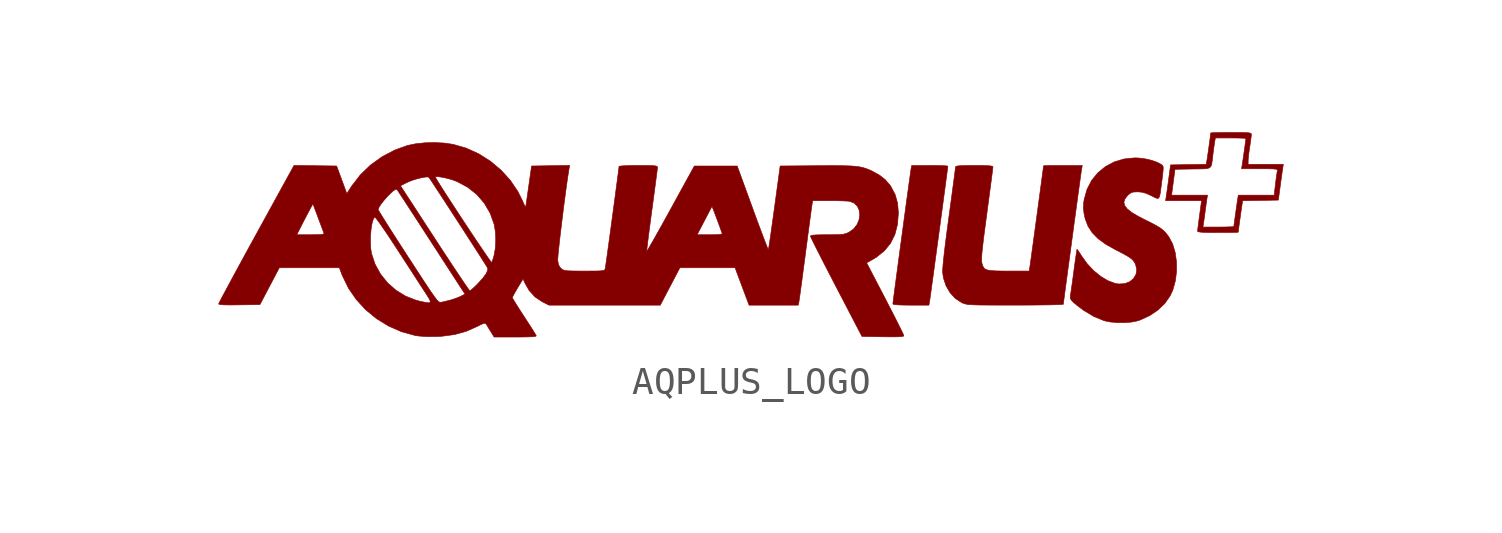
<source format=kicad_sym>
(kicad_symbol_lib
  (version 20220914)
  (generator kicad_symbol_editor)
  (symbol "AQPLUS_LOGO"
    (pin_names
      (offset 1.016))
    (property "Reference" "#G"
      (at 0 3.016 0)
      (effects (font (size 1.27 1.27)) hide))
    (symbol "AQPLUS_LOGO_0_0"
      (polyline (pts (xy 6.413 -2.385) (xy 6.42 -2.34) (xy 6.437 -2.223) (xy 6.462 -2.045) (xy 6.493 -1.814) (xy 6.531 -1.538) (xy 6.574 -1.226) (xy 6.62 -0.885) (xy 6.669 -0.524) (xy 6.72 -0.151) (xy 6.771 0.226) (xy 6.821 0.599) (xy 6.87 0.959) (xy 6.915 1.299) (xy 6.957 1.61) (xy 6.993 1.884) (xy 7.024 2.113) (xy 7.047 2.289) (xy 7.061 2.403) (xy 7.066 2.447) (xy 7.048 2.454) (xy 6.963 2.462) (xy 6.821 2.468) (xy 6.637 2.472) (xy 6.422 2.473) (xy 5.777 2.473) (xy 5.755 2.365) (xy 5.749 2.326) (xy 5.733 2.213) (xy 5.708 2.039) (xy 5.676 1.811) (xy 5.639 1.537) (xy 5.596 1.226) (xy 5.55 0.886) (xy 5.501 0.526) (xy 5.451 0.152) (xy 5.4 -0.226) (xy 5.349 -0.6) (xy 5.301 -0.962) (xy 5.255 -1.304) (xy 5.213 -1.617) (xy 5.177 -1.893) (xy 5.146 -2.125) (xy 5.123 -2.304) (xy 5.109 -2.421) (xy 5.104 -2.469) (xy 5.108 -2.476) (xy 5.164 -2.493) (xy 5.287 -2.504) (xy 5.48 -2.51) (xy 5.747 -2.513) (xy 6.39 -2.513) (xy 6.413 -2.385)) (stroke (width 0.01) (type default)) (fill (type outline)))
      (polyline (pts (xy 13.616 -3.118) (xy 13.822 -3.078) (xy 13.938 -3.04) (xy 14.27 -2.887) (xy 14.568 -2.685) (xy 14.818 -2.444) (xy 15.005 -2.174) (xy 15.1 -1.962) (xy 15.188 -1.643) (xy 15.23 -1.303) (xy 15.227 -0.959) (xy 15.18 -0.628) (xy 15.089 -0.327) (xy 14.954 -0.075) (xy 14.938 -0.053) (xy 14.854 0.056) (xy 14.767 0.148) (xy 14.662 0.231) (xy 14.527 0.316) (xy 14.348 0.412) (xy 14.11 0.53) (xy 13.858 0.659) (xy 13.628 0.797) (xy 13.468 0.925) (xy 13.376 1.044) (xy 13.35 1.161) (xy 13.386 1.277) (xy 13.481 1.398) (xy 13.531 1.446) (xy 13.61 1.502) (xy 13.701 1.526) (xy 13.835 1.531) (xy 13.869 1.531) (xy 14.012 1.516) (xy 14.154 1.474) (xy 14.328 1.394) (xy 14.418 1.348) (xy 14.5 1.308) (xy 14.558 1.295) (xy 14.598 1.316) (xy 14.627 1.381) (xy 14.65 1.497) (xy 14.674 1.674) (xy 14.705 1.92) (xy 14.71 1.953) (xy 14.735 2.155) (xy 14.749 2.295) (xy 14.754 2.386) (xy 14.747 2.441) (xy 14.729 2.474) (xy 14.701 2.499) (xy 14.549 2.582) (xy 14.345 2.655) (xy 14.114 2.709) (xy 13.883 2.739) (xy 13.728 2.743) (xy 13.352 2.705) (xy 13.004 2.599) (xy 12.691 2.433) (xy 12.42 2.211) (xy 12.199 1.939) (xy 12.034 1.621) (xy 11.933 1.264) (xy 11.913 1.133) (xy 11.905 0.942) (xy 11.929 0.744) (xy 11.967 0.573) (xy 12.068 0.308) (xy 12.22 0.073) (xy 12.43 -0.141) (xy 12.705 -0.341) (xy 13.051 -0.535) (xy 13.101 -0.56) (xy 13.316 -0.671) (xy 13.473 -0.759) (xy 13.585 -0.832) (xy 13.662 -0.898) (xy 13.717 -0.967) (xy 13.759 -1.045) (xy 13.769 -1.067) (xy 13.809 -1.247) (xy 13.781 -1.417) (xy 13.694 -1.563) (xy 13.557 -1.677) (xy 13.379 -1.745) (xy 13.169 -1.758) (xy 13.027 -1.734) (xy 12.776 -1.639) (xy 12.519 -1.484) (xy 12.269 -1.28) (xy 12.038 -1.033) (xy 11.839 -0.755) (xy 11.826 -0.735) (xy 11.754 -0.622) (xy 11.7 -0.545) (xy 11.677 -0.52) (xy 11.676 -0.521) (xy 11.666 -0.572) (xy 11.649 -0.686) (xy 11.624 -0.853) (xy 11.595 -1.06) (xy 11.563 -1.296) (xy 11.562 -1.311) (xy 11.529 -1.555) (xy 11.498 -1.778) (xy 11.471 -1.967) (xy 11.451 -2.107) (xy 11.439 -2.183) (xy 11.434 -2.226) (xy 11.441 -2.282) (xy 11.478 -2.34) (xy 11.554 -2.416) (xy 11.681 -2.524) (xy 11.914 -2.7) (xy 12.276 -2.916) (xy 12.64 -3.067) (xy 12.647 -3.069) (xy 12.851 -3.112) (xy 13.101 -3.135) (xy 13.366 -3.137) (xy 13.616 -3.118)) (stroke (width 0.01) (type default)) (fill (type outline)))
      (polyline (pts (xy 9.719 -2.512) (xy 10.061 -2.51) (xy 10.373 -2.507) (xy 10.645 -2.504) (xy 10.871 -2.499) (xy 11.042 -2.493) (xy 11.151 -2.487) (xy 11.188 -2.481) (xy 11.192 -2.45) (xy 11.205 -2.348) (xy 11.226 -2.184) (xy 11.255 -1.964) (xy 11.291 -1.698) (xy 11.332 -1.393) (xy 11.377 -1.058) (xy 11.425 -0.701) (xy 11.475 -0.33) (xy 11.526 0.047) (xy 11.576 0.421) (xy 11.626 0.785) (xy 11.673 1.13) (xy 11.716 1.448) (xy 11.755 1.731) (xy 11.788 1.97) (xy 11.814 2.158) (xy 11.833 2.286) (xy 11.842 2.346) (xy 11.865 2.473) (xy 11.173 2.473) (xy 10.976 2.473) (xy 10.779 2.471) (xy 10.622 2.469) (xy 10.519 2.465) (xy 10.482 2.462) (xy 10.481 2.456) (xy 10.473 2.389) (xy 10.456 2.257) (xy 10.431 2.07) (xy 10.4 1.836) (xy 10.363 1.564) (xy 10.323 1.266) (xy 10.28 0.949) (xy 10.236 0.623) (xy 10.192 0.298) (xy 10.149 -0.017) (xy 10.109 -0.313) (xy 10.072 -0.579) (xy 10.041 -0.807) (xy 10.016 -0.988) (xy 9.999 -1.111) (xy 9.99 -1.168) (xy 9.968 -1.296) (xy 9.233 -1.296) (xy 9.011 -1.295) (xy 8.779 -1.291) (xy 8.606 -1.28) (xy 8.484 -1.259) (xy 8.401 -1.226) (xy 8.347 -1.177) (xy 8.311 -1.108) (xy 8.283 -1.018) (xy 8.283 -1.017) (xy 8.274 -0.966) (xy 8.27 -0.896) (xy 8.273 -0.798) (xy 8.282 -0.667) (xy 8.299 -0.494) (xy 8.325 -0.272) (xy 8.359 0.005) (xy 8.404 0.346) (xy 8.459 0.757) (xy 8.481 0.923) (xy 8.526 1.261) (xy 8.567 1.573) (xy 8.604 1.848) (xy 8.634 2.079) (xy 8.657 2.258) (xy 8.671 2.376) (xy 8.676 2.424) (xy 8.676 2.428) (xy 8.65 2.446) (xy 8.578 2.459) (xy 8.453 2.467) (xy 8.266 2.472) (xy 8.009 2.473) (xy 7.765 2.472) (xy 7.569 2.467) (xy 7.438 2.458) (xy 7.364 2.445) (xy 7.341 2.426) (xy 7.338 2.396) (xy 7.325 2.295) (xy 7.304 2.129) (xy 7.275 1.908) (xy 7.239 1.64) (xy 7.198 1.332) (xy 7.152 0.993) (xy 7.103 0.63) (xy 7.063 0.338) (xy 7.002 -0.125) (xy 6.954 -0.514) (xy 6.918 -0.831) (xy 6.894 -1.076) (xy 6.882 -1.252) (xy 6.882 -1.36) (xy 6.909 -1.545) (xy 7.002 -1.823) (xy 7.147 -2.072) (xy 7.335 -2.276) (xy 7.557 -2.42) (xy 7.579 -2.43) (xy 7.626 -2.451) (xy 7.675 -2.467) (xy 7.733 -2.48) (xy 7.809 -2.491) (xy 7.911 -2.498) (xy 8.044 -2.504) (xy 8.219 -2.508) (xy 8.441 -2.51) (xy 8.718 -2.511) (xy 9.059 -2.512) (xy 9.471 -2.512) (xy 9.719 -2.512)) (stroke (width 0.01) (type default)) (fill (type outline)))
      (polyline (pts (xy 16.933 0.079) (xy 17.132 0.081) (xy 17.29 0.084) (xy 17.393 0.087) (xy 17.431 0.091) (xy 17.435 0.135) (xy 17.449 0.239) (xy 17.469 0.385) (xy 17.492 0.554) (xy 17.516 0.727) (xy 17.539 0.886) (xy 17.557 1.013) (xy 17.569 1.089) (xy 17.591 1.215) (xy 18.227 1.226) (xy 18.863 1.237) (xy 18.929 1.727) (xy 18.956 1.927) (xy 18.983 2.116) (xy 19.004 2.269) (xy 19.018 2.365) (xy 19.041 2.513) (xy 17.784 2.513) (xy 17.785 2.64) (xy 17.786 2.676) (xy 17.797 2.799) (xy 17.817 2.962) (xy 17.843 3.141) (xy 17.857 3.232) (xy 17.879 3.391) (xy 17.895 3.515) (xy 17.901 3.582) (xy 17.898 3.602) (xy 17.878 3.621) (xy 17.833 3.635) (xy 17.75 3.643) (xy 17.619 3.648) (xy 17.431 3.651) (xy 17.175 3.651) (xy 16.947 3.65) (xy 16.747 3.647) (xy 16.59 3.644) (xy 16.486 3.639) (xy 16.449 3.633) (xy 16.444 3.581) (xy 16.43 3.471) (xy 16.41 3.32) (xy 16.386 3.148) (xy 16.361 2.973) (xy 16.338 2.815) (xy 16.32 2.691) (xy 16.308 2.622) (xy 16.286 2.514) (xy 15.651 2.504) (xy 15.016 2.493) (xy 14.95 2.002) (xy 14.923 1.802) (xy 14.897 1.614) (xy 14.876 1.461) (xy 14.869 1.413) (xy 15.052 1.413) (xy 15.113 1.875) (xy 15.173 2.336) (xy 15.811 2.347) (xy 16.038 2.349) (xy 16.215 2.353) (xy 16.338 2.365) (xy 16.416 2.396) (xy 16.463 2.453) (xy 16.489 2.544) (xy 16.507 2.679) (xy 16.529 2.866) (xy 16.534 2.909) (xy 16.556 3.079) (xy 16.577 3.228) (xy 16.593 3.327) (xy 16.615 3.455) (xy 17.16 3.455) (xy 17.228 3.455) (xy 17.416 3.453) (xy 17.567 3.449) (xy 17.669 3.443) (xy 17.705 3.436) (xy 17.702 3.405) (xy 17.69 3.31) (xy 17.671 3.172) (xy 17.648 3.007) (xy 17.623 2.836) (xy 17.6 2.675) (xy 17.581 2.545) (xy 17.568 2.463) (xy 17.55 2.356) (xy 18.2 2.356) (xy 18.328 2.355) (xy 18.532 2.354) (xy 18.674 2.35) (xy 18.764 2.343) (xy 18.813 2.33) (xy 18.831 2.312) (xy 18.829 2.287) (xy 18.821 2.25) (xy 18.804 2.143) (xy 18.783 1.992) (xy 18.761 1.816) (xy 18.714 1.413) (xy 17.434 1.413) (xy 17.413 1.286) (xy 17.403 1.22) (xy 17.384 1.092) (xy 17.361 0.932) (xy 17.337 0.758) (xy 17.313 0.589) (xy 17.293 0.443) (xy 17.279 0.339) (xy 17.273 0.293) (xy 17.269 0.291) (xy 17.207 0.285) (xy 17.086 0.28) (xy 16.92 0.276) (xy 16.722 0.275) (xy 16.171 0.275) (xy 16.191 0.402) (xy 16.193 0.413) (xy 16.209 0.523) (xy 16.23 0.676) (xy 16.253 0.844) (xy 16.256 0.869) (xy 16.279 1.036) (xy 16.299 1.185) (xy 16.314 1.286) (xy 16.335 1.413) (xy 15.052 1.413) (xy 14.869 1.413) (xy 14.861 1.364) (xy 14.839 1.217) (xy 16.122 1.217) (xy 16.051 0.697) (xy 16.046 0.655) (xy 16.02 0.463) (xy 15.999 0.3) (xy 15.985 0.183) (xy 15.979 0.128) (xy 15.982 0.119) (xy 16.018 0.103) (xy 16.1 0.092) (xy 16.236 0.084) (xy 16.435 0.08) (xy 16.704 0.079) (xy 16.933 0.079)) (stroke (width 0.01) (type default)) (fill (type outline)))
      (polyline (pts (xy -8.163 -3.65) (xy -7.942 -3.647) (xy -7.786 -3.642) (xy -7.687 -3.633) (xy -7.636 -3.619) (xy -7.627 -3.602) (xy -7.627 -3.6) (xy -7.657 -3.549) (xy -7.722 -3.443) (xy -7.816 -3.295) (xy -7.932 -3.115) (xy -8.063 -2.914) (xy -8.076 -2.894) (xy -8.204 -2.697) (xy -8.315 -2.522) (xy -8.402 -2.382) (xy -8.459 -2.285) (xy -8.48 -2.244) (xy -8.474 -2.226) (xy -8.436 -2.151) (xy -8.371 -2.034) (xy -8.289 -1.893) (xy -8.097 -1.575) (xy -8.024 -1.738) (xy -7.879 -1.99) (xy -7.669 -2.221) (xy -7.416 -2.39) (xy -7.172 -2.513) (xy -3.198 -2.513) (xy -2.849 -1.845) (xy -2.499 -1.178) (xy -0.529 -1.178) (xy -0.03 -2.513) (xy 1.726 -2.513) (xy 1.746 -2.424) (xy 1.749 -2.404) (xy 1.763 -2.31) (xy 1.786 -2.152) (xy 1.815 -1.937) (xy 1.851 -1.674) (xy 1.891 -1.373) (xy 1.935 -1.041) (xy 1.982 -0.687) (xy 2.005 -0.508) (xy 2.051 -0.162) (xy 2.093 0.16) (xy 2.132 0.449) (xy 2.165 0.695) (xy 2.191 0.889) (xy 2.21 1.024) (xy 2.22 1.089) (xy 2.241 1.217) (xy 2.843 1.217) (xy 2.942 1.217) (xy 3.156 1.214) (xy 3.342 1.208) (xy 3.485 1.201) (xy 3.567 1.193) (xy 3.724 1.129) (xy 3.837 1.017) (xy 3.903 0.87) (xy 3.922 0.701) (xy 3.894 0.525) (xy 3.82 0.355) (xy 3.7 0.205) (xy 3.534 0.088) (xy 3.534 0.088) (xy 3.459 0.054) (xy 3.384 0.03) (xy 3.291 0.014) (xy 3.167 0.005) (xy 2.994 0.001) (xy 2.759 0) (xy 2.546 -0.001) (xy 2.364 -0.006) (xy 2.245 -0.015) (xy 2.18 -0.029) (xy 2.16 -0.049) (xy 2.161 -0.054) (xy 2.188 -0.114) (xy 2.247 -0.235) (xy 2.334 -0.411) (xy 2.447 -0.633) (xy 2.581 -0.897) (xy 2.734 -1.195) (xy 2.902 -1.52) (xy 3.081 -1.865) (xy 4.001 -3.631) (xy 4.748 -3.642) (xy 4.941 -3.644) (xy 5.163 -3.645) (xy 5.321 -3.641) (xy 5.424 -3.633) (xy 5.479 -3.621) (xy 5.495 -3.603) (xy 5.477 -3.557) (xy 5.427 -3.45) (xy 5.348 -3.29) (xy 5.245 -3.085) (xy 5.122 -2.842) (xy 4.982 -2.571) (xy 4.831 -2.278) (xy 4.167 -1.003) (xy 4.4 -0.872) (xy 4.515 -0.803) (xy 4.799 -0.576) (xy 5.019 -0.305) (xy 5.176 0.01) (xy 5.269 0.371) (xy 5.3 0.78) (xy 5.274 1.116) (xy 5.187 1.43) (xy 5.037 1.717) (xy 4.993 1.78) (xy 4.826 1.971) (xy 4.62 2.131) (xy 4.356 2.275) (xy 4.253 2.322) (xy 4.145 2.364) (xy 4.035 2.398) (xy 3.913 2.424) (xy 3.769 2.443) (xy 3.594 2.456) (xy 3.379 2.463) (xy 3.114 2.467) (xy 2.789 2.467) (xy 2.395 2.464) (xy 1.08 2.454) (xy 0.878 0.969) (xy 0.87 0.912) (xy 0.825 0.584) (xy 0.782 0.282) (xy 0.745 0.015) (xy 0.712 -0.208) (xy 0.686 -0.38) (xy 0.668 -0.49) (xy 0.659 -0.532) (xy 0.655 -0.527) (xy 0.628 -0.467) (xy 0.579 -0.343) (xy 0.51 -0.164) (xy 0.424 0.063) (xy 0.324 0.329) (xy 0.213 0.628) (xy 0.095 0.953) (xy -0.453 2.454) (xy -1.983 2.454) (xy -2.827 0.917) (xy -2.963 0.67) (xy -3.128 0.371) (xy -3.28 0.101) (xy -3.336 0) (xy -1.884 0) (xy -1.622 0.501) (xy -1.584 0.574) (xy -1.495 0.743) (xy -1.423 0.881) (xy -1.374 0.975) (xy -1.354 1.011) (xy -1.353 1.011) (xy -1.334 0.968) (xy -1.295 0.87) (xy -1.241 0.729) (xy -1.178 0.562) (xy -1.112 0.383) (xy -1.047 0.207) (xy -0.99 0.049) (xy -0.99 0.041) (xy -1.015 0.022) (xy -1.09 0.009) (xy -1.225 0.002) (xy -1.428 0) (xy -1.884 0) (xy -3.336 0) (xy -3.412 -0.135) (xy -3.523 -0.328) (xy -3.607 -0.473) (xy -3.662 -0.562) (xy -3.682 -0.589) (xy -3.682 -0.588) (xy -3.679 -0.537) (xy -3.666 -0.418) (xy -3.644 -0.24) (xy -3.615 -0.01) (xy -3.58 0.261) (xy -3.54 0.566) (xy -3.496 0.895) (xy -3.492 0.919) (xy -3.448 1.248) (xy -3.407 1.554) (xy -3.371 1.827) (xy -3.341 2.058) (xy -3.317 2.239) (xy -3.303 2.359) (xy -3.298 2.411) (xy -3.298 2.418) (xy -3.312 2.439) (xy -3.352 2.454) (xy -3.429 2.464) (xy -3.553 2.47) (xy -3.735 2.473) (xy -3.985 2.473) (xy -4.178 2.472) (xy -4.375 2.467) (xy -4.532 2.46) (xy -4.635 2.45) (xy -4.672 2.439) (xy -4.672 2.433) (xy -4.68 2.365) (xy -4.697 2.231) (xy -4.721 2.041) (xy -4.753 1.805) (xy -4.789 1.531) (xy -4.829 1.23) (xy -4.872 0.911) (xy -4.916 0.583) (xy -4.96 0.256) (xy -5.003 -0.061) (xy -5.044 -0.357) (xy -5.081 -0.624) (xy -5.112 -0.852) (xy -5.138 -1.032) (xy -5.155 -1.153) (xy -5.164 -1.207) (xy -5.167 -1.22) (xy -5.178 -1.248) (xy -5.203 -1.268) (xy -5.252 -1.281) (xy -5.336 -1.289) (xy -5.466 -1.294) (xy -5.652 -1.295) (xy -5.907 -1.296) (xy -5.953 -1.296) (xy -6.197 -1.295) (xy -6.377 -1.292) (xy -6.504 -1.287) (xy -6.592 -1.276) (xy -6.651 -1.26) (xy -6.695 -1.237) (xy -6.736 -1.205) (xy -6.779 -1.161) (xy -6.833 -1.063) (xy -6.859 -0.92) (xy -6.859 -0.91) (xy -6.855 -0.821) (xy -6.842 -0.667) (xy -6.82 -0.458) (xy -6.793 -0.205) (xy -6.759 0.081) (xy -6.722 0.391) (xy -6.682 0.714) (xy -6.641 1.04) (xy -6.599 1.358) (xy -6.559 1.658) (xy -6.521 1.93) (xy -6.486 2.163) (xy -6.457 2.347) (xy -6.434 2.475) (xy -7.114 2.464) (xy -7.793 2.454) (xy -7.896 1.727) (xy -7.896 1.726) (xy -7.929 1.496) (xy -7.958 1.295) (xy -7.982 1.133) (xy -7.998 1.025) (xy -8.005 0.982) (xy -8.006 0.981) (xy -8.027 1.014) (xy -8.069 1.101) (xy -8.123 1.226) (xy -8.28 1.54) (xy -8.551 1.942) (xy -8.881 2.305) (xy -9.259 2.623) (xy -9.677 2.888) (xy -10.126 3.092) (xy -10.595 3.227) (xy -10.895 3.272) (xy -11.243 3.29) (xy -11.6 3.282) (xy -11.938 3.246) (xy -12.229 3.185) (xy -12.677 3.023) (xy -13.13 2.785) (xy -13.543 2.487) (xy -13.907 2.136) (xy -14.206 1.747) (xy -12.471 1.747) (xy -12.257 1.858) (xy -12.234 1.869) (xy -12.097 1.927) (xy -11.938 1.98) (xy -11.775 2.023) (xy -11.629 2.053) (xy -11.518 2.065) (xy -11.491 2.059) (xy -11.228 2.059) (xy -11.214 2.071) (xy -11.141 2.074) (xy -11.023 2.059) (xy -10.876 2.03) (xy -10.719 1.991) (xy -10.571 1.944) (xy -10.438 1.891) (xy -10.068 1.692) (xy -9.746 1.435) (xy -9.479 1.125) (xy -9.271 0.769) (xy -9.129 0.373) (xy -9.124 0.352) (xy -9.084 0.098) (xy -9.071 -0.191) (xy -9.086 -0.478) (xy -9.13 -0.728) (xy -9.16 -0.837) (xy -9.194 -0.939) (xy -9.218 -0.989) (xy -9.229 -0.98) (xy -9.277 -0.916) (xy -9.36 -0.799) (xy -9.472 -0.636) (xy -9.608 -0.436) (xy -9.763 -0.206) (xy -9.931 0.046) (xy -10.108 0.313) (xy -10.288 0.586) (xy -10.466 0.857) (xy -10.637 1.119) (xy -10.796 1.364) (xy -10.938 1.584) (xy -11.057 1.772) (xy -11.148 1.919) (xy -11.207 2.017) (xy -11.228 2.059) (xy -11.491 2.059) (xy -11.461 2.053) (xy -11.444 2.029) (xy -11.386 1.944) (xy -11.296 1.807) (xy -11.177 1.626) (xy -11.034 1.408) (xy -10.873 1.162) (xy -10.7 0.895) (xy -10.518 0.615) (xy -10.333 0.329) (xy -10.15 0.047) (xy -9.975 -0.225) (xy -9.812 -0.478) (xy -9.666 -0.704) (xy -9.543 -0.897) (xy -9.448 -1.047) (xy -9.385 -1.147) (xy -9.361 -1.19) (xy -9.358 -1.258) (xy -9.411 -1.383) (xy -9.53 -1.547) (xy -9.713 -1.748) (xy -9.768 -1.804) (xy -9.875 -1.905) (xy -9.956 -1.976) (xy -9.996 -2.002) (xy -10.013 -1.983) (xy -10.07 -1.905) (xy -10.163 -1.771) (xy -10.288 -1.587) (xy -10.44 -1.36) (xy -10.617 -1.094) (xy -10.813 -0.796) (xy -11.026 -0.472) (xy -11.251 -0.127) (xy -12.471 1.747) (xy -14.206 1.747) (xy -14.211 1.74) (xy -14.388 1.469) (xy -14.569 1.961) (xy -14.751 2.454) (xy -15.512 2.464) (xy -16.273 2.474) (xy -17.617 0.027) (xy -17.632 0) (xy -16.175 0) (xy -16.02 0.304) (xy -16.012 0.32) (xy -15.918 0.504) (xy -15.817 0.696) (xy -15.732 0.856) (xy -15.598 1.104) (xy -15.521 0.901) (xy -13.269 0.901) (xy -13.267 0.918) (xy -13.229 1) (xy -13.154 1.11) (xy -13.055 1.235) (xy -12.943 1.361) (xy -12.83 1.476) (xy -12.728 1.567) (xy -12.649 1.62) (xy -12.604 1.624) (xy -12.593 1.609) (xy -12.543 1.534) (xy -12.458 1.404) (xy -12.341 1.227) (xy -12.199 1.008) (xy -12.034 0.756) (xy -11.852 0.476) (xy -11.658 0.177) (xy -11.588 0.068) (xy -11.381 -0.251) (xy -11.178 -0.563) (xy -10.987 -0.859) (xy -10.812 -1.128) (xy -10.661 -1.361) (xy -10.54 -1.547) (xy -10.456 -1.678) (xy -10.169 -2.119) (xy -10.317 -2.194) (xy -10.378 -2.223) (xy -10.526 -2.28) (xy -10.679 -2.329) (xy -10.764 -2.351) (xy -10.907 -2.386) (xy -11.014 -2.408) (xy -11.021 -2.409) (xy -11.048 -2.412) (xy -11.075 -2.408) (xy -11.106 -2.39) (xy -11.145 -2.355) (xy -11.195 -2.297) (xy -11.261 -2.21) (xy -11.347 -2.088) (xy -11.456 -1.928) (xy -11.592 -1.723) (xy -11.759 -1.468) (xy -11.961 -1.158) (xy -12.202 -0.788) (xy -12.242 -0.726) (xy -12.449 -0.406) (xy -12.642 -0.106) (xy -12.817 0.167) (xy -12.969 0.406) (xy -13.094 0.606) (xy -13.189 0.759) (xy -13.248 0.859) (xy -13.269 0.901) (xy -15.521 0.901) (xy -15.409 0.601) (xy -15.391 0.552) (xy -15.322 0.369) (xy -15.264 0.214) (xy -15.222 0.102) (xy -15.203 0.049) (xy -15.203 0.037) (xy -15.237 0.019) (xy -15.322 0.008) (xy -15.466 0.002) (xy -15.68 0) (xy -16.175 0) (xy -17.632 0) (xy -17.771 -0.254) (xy -13.546 -0.254) (xy -13.541 -0.026) (xy -13.522 0.194) (xy -13.491 0.39) (xy -13.448 0.542) (xy -13.396 0.635) (xy -13.386 0.631) (xy -13.337 0.577) (xy -13.253 0.465) (xy -13.138 0.304) (xy -12.997 0.098) (xy -12.834 -0.146) (xy -12.653 -0.421) (xy -12.586 -0.525) (xy -12.398 -0.815) (xy -12.211 -1.102) (xy -12.034 -1.374) (xy -11.876 -1.619) (xy -11.744 -1.822) (xy -11.646 -1.973) (xy -11.528 -2.155) (xy -11.444 -2.292) (xy -11.407 -2.378) (xy -11.419 -2.421) (xy -11.483 -2.429) (xy -11.602 -2.41) (xy -11.777 -2.373) (xy -11.917 -2.337) (xy -12.291 -2.191) (xy -12.632 -1.981) (xy -12.934 -1.715) (xy -13.185 -1.403) (xy -13.379 -1.052) (xy -13.506 -0.672) (xy -13.509 -0.659) (xy -13.536 -0.471) (xy -13.546 -0.254) (xy -17.771 -0.254) (xy -17.792 -0.291) (xy -18.005 -0.681) (xy -18.205 -1.047) (xy -18.387 -1.383) (xy -18.55 -1.684) (xy -18.69 -1.945) (xy -18.805 -2.159) (xy -18.89 -2.321) (xy -18.943 -2.426) (xy -18.962 -2.467) (xy -18.96 -2.473) (xy -18.925 -2.489) (xy -18.842 -2.499) (xy -18.702 -2.505) (xy -18.499 -2.506) (xy -18.226 -2.503) (xy -17.489 -2.493) (xy -17.143 -1.835) (xy -16.797 -1.178) (xy -14.653 -1.178) (xy -14.566 -1.411) (xy -14.547 -1.459) (xy -14.332 -1.902) (xy -14.052 -2.309) (xy -13.716 -2.676) (xy -13.329 -2.994) (xy -12.902 -3.257) (xy -12.441 -3.46) (xy -11.954 -3.595) (xy -11.819 -3.615) (xy -11.534 -3.635) (xy -11.189 -3.634) (xy -10.992 -3.623) (xy -10.539 -3.562) (xy -10.122 -3.445) (xy -9.724 -3.269) (xy -9.598 -3.205) (xy -9.504 -3.166) (xy -9.449 -3.16) (xy -9.419 -3.183) (xy -9.39 -3.228) (xy -9.33 -3.326) (xy -9.257 -3.445) (xy -9.131 -3.651) (xy -8.369 -3.651) (xy -8.163 -3.65)) (stroke (width 0.01) (type default)) (fill (type outline))))))
</source>
